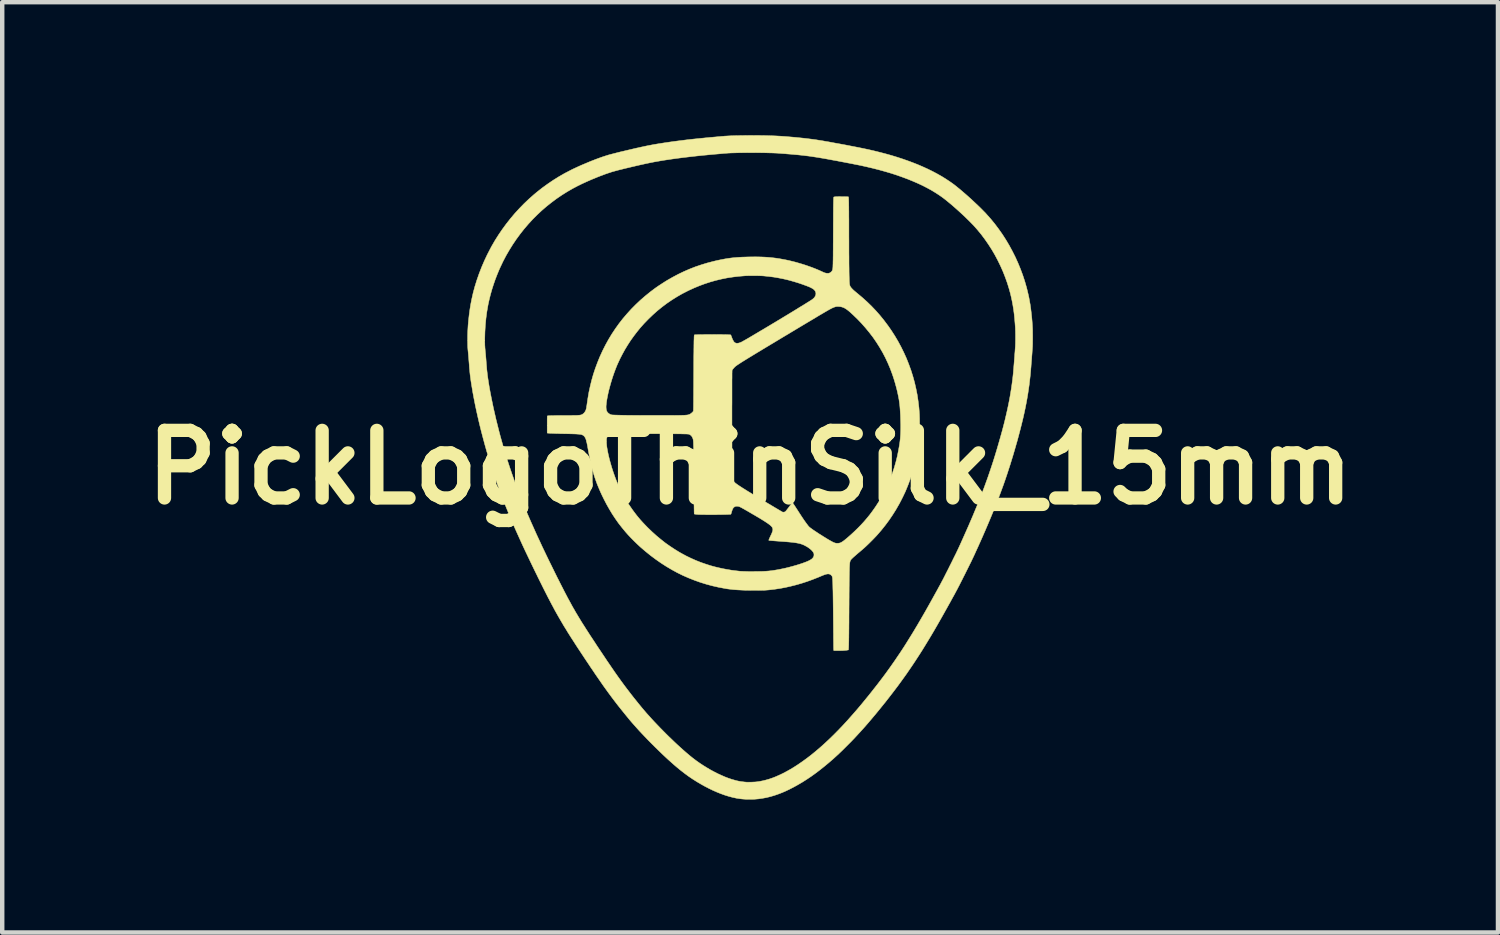
<source format=kicad_pcb>
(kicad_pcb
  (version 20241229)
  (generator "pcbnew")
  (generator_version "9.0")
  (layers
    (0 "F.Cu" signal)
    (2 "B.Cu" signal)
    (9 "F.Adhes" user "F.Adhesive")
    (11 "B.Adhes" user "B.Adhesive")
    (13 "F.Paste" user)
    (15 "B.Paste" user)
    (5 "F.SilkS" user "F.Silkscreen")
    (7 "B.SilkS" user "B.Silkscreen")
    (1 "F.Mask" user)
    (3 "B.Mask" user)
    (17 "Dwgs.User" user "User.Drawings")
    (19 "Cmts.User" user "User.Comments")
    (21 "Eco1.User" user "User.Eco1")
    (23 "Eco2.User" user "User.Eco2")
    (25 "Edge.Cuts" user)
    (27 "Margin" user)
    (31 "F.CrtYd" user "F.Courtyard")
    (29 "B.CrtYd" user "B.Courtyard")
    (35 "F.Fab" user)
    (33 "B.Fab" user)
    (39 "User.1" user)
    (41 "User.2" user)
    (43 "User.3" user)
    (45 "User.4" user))
  (footprint "PickLogoThinSilk_15mm"
    (layer "F.Cu")
    (at 13.868 7.492)
    (property "Reference" "PickLogoThinSilk_15mm" (at 0 0 0) (layer "F.SilkS") (effects (font (size 1.524 1.524) (thickness 0.3))))
    (attr through_hole)
    (fp_poly (pts (xy 0.123 -7.486) (xy 0.198 -7.486) (xy 0.272 -7.485) (xy 0.344 -7.484) (xy 0.414 -7.482) (xy 0.482 -7.48) (xy 0.546 -7.478) (xy 0.606 -7.475) (xy 0.662 -7.472) (xy 0.713 -7.469) (xy 0.822 -7.461) (xy 0.928 -7.452) (xy 1.031 -7.443) (xy 1.13 -7.433) (xy 1.226 -7.423) (xy 1.317 -7.412) (xy 1.403 -7.401) (xy 1.485 -7.39) (xy 1.521 -7.384) (xy 1.56 -7.378) (xy 1.604 -7.371) (xy 1.653 -7.363) (xy 1.705 -7.353) (xy 1.762 -7.344) (xy 1.822 -7.333) (xy 1.885 -7.321) (xy 1.951 -7.309) (xy 2.019 -7.297) (xy 2.088 -7.284) (xy 2.159 -7.271) (xy 2.23 -7.257) (xy 2.302 -7.243) (xy 2.374 -7.229) (xy 2.446 -7.215) (xy 2.51 -7.202) (xy 2.649 -7.173) (xy 2.786 -7.142) (xy 2.923 -7.108) (xy 3.057 -7.073) (xy 3.189 -7.036) (xy 3.317 -6.997) (xy 3.442 -6.956) (xy 3.562 -6.914) (xy 3.659 -6.878) (xy 3.779 -6.831) (xy 3.895 -6.781) (xy 4.007 -6.73) (xy 4.115 -6.677) (xy 4.219 -6.622) (xy 4.318 -6.566) (xy 4.412 -6.508) (xy 4.501 -6.449) (xy 4.564 -6.405) (xy 4.602 -6.377) (xy 4.643 -6.345) (xy 4.687 -6.309) (xy 4.734 -6.271) (xy 4.782 -6.23) (xy 4.832 -6.187) (xy 4.883 -6.143) (xy 4.934 -6.097) (xy 4.986 -6.051) (xy 5.036 -6.004) (xy 5.086 -5.957) (xy 5.135 -5.911) (xy 5.182 -5.866) (xy 5.226 -5.822) (xy 5.267 -5.78) (xy 5.306 -5.741) (xy 5.331 -5.713) (xy 5.427 -5.605) (xy 5.519 -5.493) (xy 5.606 -5.377) (xy 5.69 -5.258) (xy 5.769 -5.135) (xy 5.844 -5.009) (xy 5.914 -4.88) (xy 5.98 -4.749) (xy 6.041 -4.615) (xy 6.097 -4.479) (xy 6.149 -4.34) (xy 6.195 -4.2) (xy 6.236 -4.058) (xy 6.252 -3.994) (xy 6.271 -3.915) (xy 6.289 -3.835) (xy 6.304 -3.752) (xy 6.319 -3.668) (xy 6.331 -3.582) (xy 6.342 -3.492) (xy 6.352 -3.398) (xy 6.361 -3.3) (xy 6.368 -3.197) (xy 6.37 -3.158) (xy 6.371 -3.14) (xy 6.372 -3.117) (xy 6.373 -3.09) (xy 6.373 -3.06) (xy 6.373 -3.027) (xy 6.374 -2.992) (xy 6.374 -2.957) (xy 6.374 -2.92) (xy 6.374 -2.885) (xy 6.373 -2.85) (xy 6.373 -2.817) (xy 6.373 -2.787) (xy 6.372 -2.76) (xy 6.371 -2.736) (xy 6.371 -2.718) (xy 6.37 -2.714) (xy 6.369 -2.7) (xy 6.368 -2.681) (xy 6.366 -2.658) (xy 6.364 -2.631) (xy 6.362 -2.601) (xy 6.36 -2.568) (xy 6.357 -2.534) (xy 6.354 -2.497) (xy 6.352 -2.46) (xy 6.349 -2.423) (xy 6.346 -2.386) (xy 6.343 -2.349) (xy 6.34 -2.315) (xy 6.338 -2.282) (xy 6.336 -2.253) (xy 6.333 -2.226) (xy 6.332 -2.204) (xy 6.33 -2.186) (xy 6.321 -2.081) (xy 6.309 -1.976) (xy 6.297 -1.871) (xy 6.282 -1.766) (xy 6.266 -1.66) (xy 6.248 -1.553) (xy 6.228 -1.444) (xy 6.206 -1.333) (xy 6.182 -1.22) (xy 6.156 -1.105) (xy 6.127 -0.986) (xy 6.096 -0.863) (xy 6.063 -0.737) (xy 6.028 -0.606) (xy 6.001 -0.513) (xy 5.967 -0.394) (xy 5.933 -0.278) (xy 5.898 -0.164) (xy 5.863 -0.051) (xy 5.827 0.06) (xy 5.791 0.17) (xy 5.754 0.279) (xy 5.716 0.389) (xy 5.676 0.498) (xy 5.635 0.609) (xy 5.593 0.72) (xy 5.549 0.833) (xy 5.503 0.948) (xy 5.455 1.065) (xy 5.405 1.185) (xy 5.353 1.308) (xy 5.299 1.434) (xy 5.242 1.565) (xy 5.182 1.7) (xy 5.175 1.714) (xy 5.154 1.763) (xy 5.133 1.808) (xy 5.114 1.85) (xy 5.096 1.889) (xy 5.079 1.927) (xy 5.063 1.963) (xy 5.046 1.998) (xy 5.03 2.033) (xy 5.013 2.068) (xy 4.996 2.104) (xy 4.978 2.142) (xy 4.958 2.181) (xy 4.938 2.222) (xy 4.916 2.266) (xy 4.892 2.314) (xy 4.866 2.366) (xy 4.84 2.419) (xy 4.815 2.467) (xy 4.793 2.512) (xy 4.772 2.553) (xy 4.753 2.591) (xy 4.735 2.626) (xy 4.718 2.66) (xy 4.701 2.692) (xy 4.685 2.723) (xy 4.669 2.754) (xy 4.652 2.785) (xy 4.635 2.817) (xy 4.617 2.851) (xy 4.598 2.886) (xy 4.577 2.923) (xy 4.555 2.963) (xy 4.531 3.007) (xy 4.505 3.055) (xy 4.48 3.099) (xy 4.408 3.228) (xy 4.338 3.353) (xy 4.27 3.473) (xy 4.204 3.588) (xy 4.139 3.7) (xy 4.075 3.808) (xy 4.012 3.912) (xy 3.95 4.014) (xy 3.889 4.113) (xy 3.828 4.209) (xy 3.767 4.303) (xy 3.707 4.395) (xy 3.646 4.486) (xy 3.585 4.575) (xy 3.524 4.664) (xy 3.461 4.752) (xy 3.398 4.839) (xy 3.334 4.927) (xy 3.268 5.014) (xy 3.201 5.102) (xy 3.132 5.191) (xy 3.061 5.282) (xy 2.999 5.359) (xy 2.91 5.469) (xy 2.824 5.574) (xy 2.738 5.676) (xy 2.654 5.775) (xy 2.57 5.871) (xy 2.485 5.965) (xy 2.399 6.058) (xy 2.354 6.107) (xy 2.339 6.123) (xy 2.321 6.141) (xy 2.3 6.163) (xy 2.277 6.187) (xy 2.252 6.212) (xy 2.225 6.239) (xy 2.197 6.267) (xy 2.169 6.295) (xy 2.14 6.324) (xy 2.113 6.351) (xy 2.086 6.378) (xy 2.06 6.403) (xy 2.036 6.426) (xy 2.015 6.446) (xy 1.997 6.464) (xy 1.982 6.478) (xy 1.978 6.481) (xy 1.875 6.575) (xy 1.773 6.663) (xy 1.673 6.746) (xy 1.574 6.825) (xy 1.476 6.899) (xy 1.379 6.969) (xy 1.282 7.034) (xy 1.185 7.096) (xy 1.088 7.153) (xy 0.991 7.207) (xy 0.914 7.247) (xy 0.82 7.293) (xy 0.727 7.334) (xy 0.636 7.369) (xy 0.546 7.4) (xy 0.457 7.426) (xy 0.368 7.448) (xy 0.279 7.464) (xy 0.19 7.477) (xy 0.107 7.484) (xy 0.095 7.485) (xy 0.077 7.486) (xy 0.057 7.486) (xy 0.034 7.486) (xy 0.01 7.487) (xy -0.014 7.487) (xy -0.038 7.487) (xy -0.06 7.487) (xy -0.079 7.486) (xy -0.095 7.486) (xy -0.104 7.485) (xy -0.16 7.481) (xy -0.213 7.476) (xy -0.261 7.469) (xy -0.305 7.462) (xy -0.315 7.46) (xy -0.397 7.442) (xy -0.483 7.419) (xy -0.57 7.392) (xy -0.659 7.36) (xy -0.749 7.324) (xy -0.84 7.284) (xy -0.931 7.24) (xy -1.023 7.192) (xy -1.114 7.141) (xy -1.205 7.087) (xy -1.295 7.03) (xy -1.384 6.97) (xy -1.47 6.907) (xy -1.555 6.841) (xy -1.592 6.812) (xy -1.652 6.762) (xy -1.714 6.709) (xy -1.776 6.654) (xy -1.841 6.596) (xy -1.907 6.535) (xy -1.975 6.471) (xy -2.046 6.402) (xy -2.12 6.33) (xy -2.163 6.288) (xy -2.236 6.215) (xy -2.305 6.145) (xy -2.37 6.077) (xy -2.433 6.011) (xy -2.493 5.947) (xy -2.55 5.884) (xy -2.606 5.821) (xy -2.661 5.759) (xy -2.715 5.696) (xy -2.768 5.631) (xy -2.782 5.614) (xy -2.83 5.555) (xy -2.876 5.498) (xy -2.921 5.442) (xy -2.965 5.387) (xy -3.008 5.332) (xy -3.05 5.277) (xy -3.092 5.222) (xy -3.133 5.167) (xy -3.175 5.11) (xy -3.217 5.053) (xy -3.26 4.993) (xy -3.304 4.932) (xy -3.348 4.869) (xy -3.394 4.802) (xy -3.442 4.733) (xy -3.492 4.661) (xy -3.543 4.584) (xy -3.598 4.504) (xy -3.654 4.419) (xy -3.67 4.396) (xy -3.73 4.306) (xy -3.787 4.22) (xy -3.841 4.138) (xy -3.893 4.06) (xy -3.942 3.984) (xy -3.988 3.912) (xy -4.033 3.843) (xy -4.076 3.775) (xy -4.117 3.71) (xy -4.156 3.645) (xy -4.195 3.583) (xy -4.232 3.52) (xy -4.268 3.459) (xy -4.304 3.397) (xy -4.339 3.336) (xy -4.374 3.274) (xy -4.409 3.211) (xy -4.443 3.146) (xy -4.479 3.08) (xy -4.514 3.013) (xy -4.551 2.943) (xy -4.588 2.87) (xy -4.626 2.795) (xy -4.666 2.716) (xy -4.707 2.633) (xy -4.75 2.547) (xy -4.795 2.456) (xy -4.796 2.453) (xy -4.869 2.304) (xy -4.939 2.159) (xy -5.006 2.019) (xy -5.071 1.883) (xy -5.133 1.75) (xy -5.192 1.62) (xy -5.249 1.494) (xy -5.304 1.371) (xy -5.356 1.25) (xy -5.407 1.131) (xy -5.455 1.014) (xy -5.502 0.899) (xy -5.547 0.785) (xy -5.591 0.672) (xy -5.633 0.561) (xy -5.674 0.449) (xy -5.714 0.338) (xy -5.752 0.227) (xy -5.79 0.116) (xy -5.827 0.004) (xy -5.859 -0.096) (xy -5.902 -0.236) (xy -5.945 -0.38) (xy -5.986 -0.526) (xy -6.026 -0.675) (xy -6.065 -0.824) (xy -6.102 -0.973) (xy -6.137 -1.122) (xy -6.17 -1.27) (xy -6.201 -1.416) (xy -6.229 -1.559) (xy -6.255 -1.698) (xy -6.269 -1.783) (xy -6.279 -1.843) (xy -6.288 -1.898) (xy -6.296 -1.95) (xy -6.303 -1.999) (xy -6.309 -2.046) (xy -6.315 -2.092) (xy -6.32 -2.138) (xy -6.324 -2.185) (xy -6.329 -2.233) (xy -6.333 -2.285) (xy -6.334 -2.309) (xy -6.341 -2.391) (xy -6.347 -2.467) (xy -6.353 -2.539) (xy -6.358 -2.594) (xy -6.361 -2.625) (xy -6.364 -2.654) (xy -6.366 -2.681) (xy -6.368 -2.707) (xy -6.369 -2.733) (xy -6.37 -2.761) (xy -6.37 -2.79) (xy -6.371 -2.823) (xy -6.371 -2.86) (xy -6.371 -2.891) (xy -6.371 -2.894) (xy -5.984 -2.894) (xy -5.984 -2.857) (xy -5.984 -2.824) (xy -5.983 -2.795) (xy -5.983 -2.769) (xy -5.982 -2.744) (xy -5.98 -2.719) (xy -5.979 -2.694) (xy -5.976 -2.667) (xy -5.974 -2.638) (xy -5.972 -2.618) (xy -5.966 -2.559) (xy -5.961 -2.496) (xy -5.955 -2.429) (xy -5.95 -2.356) (xy -5.948 -2.331) (xy -5.943 -2.273) (xy -5.939 -2.218) (xy -5.933 -2.166) (xy -5.927 -2.114) (xy -5.921 -2.062) (xy -5.913 -2.007) (xy -5.904 -1.949) (xy -5.901 -1.928) (xy -5.883 -1.817) (xy -5.862 -1.701) (xy -5.839 -1.582) (xy -5.814 -1.46) (xy -5.788 -1.335) (xy -5.759 -1.209) (xy -5.73 -1.082) (xy -5.698 -0.955) (xy -5.666 -0.827) (xy -5.633 -0.701) (xy -5.598 -0.577) (xy -5.563 -0.455) (xy -5.558 -0.436) (xy -5.523 -0.32) (xy -5.487 -0.204) (xy -5.45 -0.088) (xy -5.412 0.027) (xy -5.372 0.143) (xy -5.331 0.259) (xy -5.289 0.376) (xy -5.245 0.494) (xy -5.199 0.614) (xy -5.151 0.734) (xy -5.101 0.857) (xy -5.05 0.981) (xy -4.996 1.107) (xy -4.94 1.236) (xy -4.881 1.367) (xy -4.821 1.502) (xy -4.757 1.639) (xy -4.692 1.78) (xy -4.623 1.924) (xy -4.552 2.072) (xy -4.477 2.224) (xy -4.4 2.381) (xy -4.349 2.484) (xy -4.311 2.558) (xy -4.275 2.63) (xy -4.24 2.698) (xy -4.207 2.763) (xy -4.175 2.825) (xy -4.143 2.886) (xy -4.113 2.944) (xy -4.082 3) (xy -4.052 3.055) (xy -4.023 3.109) (xy -3.993 3.163) (xy -3.962 3.216) (xy -3.932 3.269) (xy -3.9 3.322) (xy -3.868 3.376) (xy -3.835 3.43) (xy -3.801 3.486) (xy -3.765 3.543) (xy -3.727 3.602) (xy -3.688 3.664) (xy -3.647 3.727) (xy -3.604 3.794) (xy -3.558 3.863) (xy -3.51 3.936) (xy -3.46 4.013) (xy -3.406 4.094) (xy -3.361 4.161) (xy -3.314 4.231) (xy -3.27 4.297) (xy -3.229 4.359) (xy -3.189 4.417) (xy -3.152 4.471) (xy -3.117 4.523) (xy -3.083 4.572) (xy -3.051 4.619) (xy -3.02 4.663) (xy -2.989 4.707) (xy -2.96 4.748) (xy -2.93 4.789) (xy -2.901 4.83) (xy -2.871 4.87) (xy -2.842 4.91) (xy -2.814 4.947) (xy -2.775 4.999) (xy -2.734 5.052) (xy -2.692 5.107) (xy -2.649 5.162) (xy -2.606 5.217) (xy -2.562 5.271) (xy -2.519 5.325) (xy -2.477 5.376) (xy -2.437 5.425) (xy -2.398 5.471) (xy -2.362 5.513) (xy -2.34 5.539) (xy -2.282 5.603) (xy -2.223 5.669) (xy -2.161 5.736) (xy -2.097 5.803) (xy -2.033 5.87) (xy -1.967 5.937) (xy -1.901 6.004) (xy -1.835 6.069) (xy -1.768 6.133) (xy -1.703 6.196) (xy -1.638 6.257) (xy -1.574 6.315) (xy -1.513 6.37) (xy -1.453 6.423) (xy -1.395 6.472) (xy -1.34 6.518) (xy -1.289 6.559) (xy -1.287 6.56) (xy -1.212 6.617) (xy -1.134 6.672) (xy -1.055 6.724) (xy -0.974 6.774) (xy -0.893 6.822) (xy -0.811 6.866) (xy -0.729 6.908) (xy -0.648 6.945) (xy -0.568 6.98) (xy -0.49 7.01) (xy -0.413 7.036) (xy -0.339 7.057) (xy -0.319 7.063) (xy -0.28 7.072) (xy -0.242 7.08) (xy -0.204 7.086) (xy -0.165 7.091) (xy -0.123 7.096) (xy -0.086 7.099) (xy -0.075 7.1) (xy -0.059 7.1) (xy -0.039 7.1) (xy -0.016 7.1) (xy 0.008 7.099) (xy 0.033 7.099) (xy 0.057 7.098) (xy 0.08 7.097) (xy 0.101 7.096) (xy 0.119 7.095) (xy 0.132 7.094) (xy 0.134 7.094) (xy 0.208 7.084) (xy 0.281 7.07) (xy 0.355 7.052) (xy 0.429 7.031) (xy 0.505 7.005) (xy 0.582 6.975) (xy 0.66 6.94) (xy 0.741 6.902) (xy 0.824 6.858) (xy 0.892 6.82) (xy 0.988 6.763) (xy 1.084 6.701) (xy 1.181 6.634) (xy 1.279 6.563) (xy 1.377 6.488) (xy 1.476 6.407) (xy 1.576 6.322) (xy 1.678 6.231) (xy 1.78 6.136) (xy 1.883 6.036) (xy 1.987 5.931) (xy 2.092 5.821) (xy 2.199 5.705) (xy 2.306 5.584) (xy 2.416 5.458) (xy 2.526 5.327) (xy 2.638 5.19) (xy 2.67 5.151) (xy 2.737 5.067) (xy 2.802 4.984) (xy 2.866 4.903) (xy 2.927 4.823) (xy 2.988 4.743) (xy 3.047 4.664) (xy 3.105 4.584) (xy 3.162 4.505) (xy 3.218 4.425) (xy 3.274 4.345) (xy 3.329 4.263) (xy 3.385 4.181) (xy 3.44 4.097) (xy 3.495 4.012) (xy 3.55 3.924) (xy 3.606 3.834) (xy 3.663 3.742) (xy 3.72 3.647) (xy 3.778 3.55) (xy 3.837 3.449) (xy 3.898 3.344) (xy 3.96 3.236) (xy 4.023 3.124) (xy 4.088 3.008) (xy 4.155 2.887) (xy 4.225 2.761) (xy 4.262 2.692) (xy 4.277 2.666) (xy 4.291 2.64) (xy 4.304 2.615) (xy 4.317 2.591) (xy 4.33 2.566) (xy 4.343 2.542) (xy 4.357 2.516) (xy 4.371 2.488) (xy 4.386 2.459) (xy 4.402 2.427) (xy 4.419 2.393) (xy 4.438 2.356) (xy 4.459 2.315) (xy 4.482 2.269) (xy 4.506 2.22) (xy 4.513 2.207) (xy 4.538 2.157) (xy 4.561 2.111) (xy 4.581 2.069) (xy 4.6 2.031) (xy 4.617 1.997) (xy 4.633 1.965) (xy 4.648 1.935) (xy 4.661 1.907) (xy 4.674 1.88) (xy 4.686 1.855) (xy 4.698 1.83) (xy 4.71 1.804) (xy 4.721 1.779) (xy 4.734 1.752) (xy 4.746 1.724) (xy 4.753 1.71) (xy 4.812 1.578) (xy 4.869 1.45) (xy 4.924 1.326) (xy 4.976 1.205) (xy 5.026 1.089) (xy 5.073 0.975) (xy 5.119 0.865) (xy 5.163 0.756) (xy 5.205 0.65) (xy 5.245 0.546) (xy 5.284 0.443) (xy 5.321 0.341) (xy 5.358 0.239) (xy 5.393 0.138) (xy 5.427 0.037) (xy 5.461 -0.065) (xy 5.494 -0.167) (xy 5.526 -0.27) (xy 5.558 -0.375) (xy 5.579 -0.446) (xy 5.617 -0.577) (xy 5.653 -0.703) (xy 5.687 -0.825) (xy 5.718 -0.943) (xy 5.747 -1.057) (xy 5.773 -1.168) (xy 5.798 -1.277) (xy 5.821 -1.383) (xy 5.842 -1.486) (xy 5.861 -1.588) (xy 5.878 -1.689) (xy 5.894 -1.788) (xy 5.908 -1.887) (xy 5.921 -1.986) (xy 5.932 -2.084) (xy 5.938 -2.143) (xy 5.939 -2.155) (xy 5.94 -2.172) (xy 5.942 -2.194) (xy 5.944 -2.219) (xy 5.947 -2.248) (xy 5.949 -2.28) (xy 5.952 -2.314) (xy 5.955 -2.35) (xy 5.958 -2.388) (xy 5.961 -2.426) (xy 5.964 -2.464) (xy 5.967 -2.503) (xy 5.969 -2.54) (xy 5.972 -2.576) (xy 5.975 -2.611) (xy 5.977 -2.642) (xy 5.979 -2.671) (xy 5.981 -2.697) (xy 5.982 -2.718) (xy 5.984 -2.733) (xy 5.984 -2.751) (xy 5.985 -2.774) (xy 5.986 -2.8) (xy 5.986 -2.83) (xy 5.987 -2.862) (xy 5.987 -2.897) (xy 5.987 -2.932) (xy 5.987 -2.967) (xy 5.987 -3.002) (xy 5.986 -3.035) (xy 5.986 -3.066) (xy 5.985 -3.094) (xy 5.984 -3.118) (xy 5.984 -3.137) (xy 5.976 -3.248) (xy 5.967 -3.354) (xy 5.957 -3.456) (xy 5.944 -3.554) (xy 5.929 -3.649) (xy 5.912 -3.741) (xy 5.893 -3.831) (xy 5.872 -3.92) (xy 5.848 -4.007) (xy 5.846 -4.015) (xy 5.805 -4.149) (xy 5.758 -4.282) (xy 5.707 -4.412) (xy 5.65 -4.541) (xy 5.589 -4.666) (xy 5.524 -4.789) (xy 5.454 -4.909) (xy 5.379 -5.026) (xy 5.3 -5.14) (xy 5.218 -5.25) (xy 5.131 -5.356) (xy 5.065 -5.431) (xy 5.031 -5.468) (xy 4.993 -5.507) (xy 4.952 -5.549) (xy 4.908 -5.592) (xy 4.862 -5.637) (xy 4.814 -5.683) (xy 4.764 -5.729) (xy 4.714 -5.775) (xy 4.663 -5.821) (xy 4.612 -5.866) (xy 4.563 -5.909) (xy 4.514 -5.95) (xy 4.467 -5.989) (xy 4.422 -6.026) (xy 4.381 -6.058) (xy 4.347 -6.084) (xy 4.266 -6.141) (xy 4.18 -6.197) (xy 4.089 -6.252) (xy 3.992 -6.305) (xy 3.891 -6.357) (xy 3.784 -6.407) (xy 3.673 -6.455) (xy 3.558 -6.502) (xy 3.437 -6.547) (xy 3.313 -6.591) (xy 3.184 -6.633) (xy 3.051 -6.672) (xy 2.915 -6.71) (xy 2.774 -6.746) (xy 2.63 -6.78) (xy 2.482 -6.813) (xy 2.426 -6.824) (xy 2.399 -6.829) (xy 2.369 -6.835) (xy 2.335 -6.842) (xy 2.301 -6.849) (xy 2.267 -6.855) (xy 2.234 -6.862) (xy 2.21 -6.866) (xy 2.124 -6.883) (xy 2.043 -6.898) (xy 1.968 -6.913) (xy 1.896 -6.926) (xy 1.829 -6.938) (xy 1.766 -6.95) (xy 1.706 -6.961) (xy 1.649 -6.971) (xy 1.594 -6.98) (xy 1.542 -6.989) (xy 1.492 -6.997) (xy 1.444 -7.004) (xy 1.397 -7.011) (xy 1.351 -7.018) (xy 1.306 -7.024) (xy 1.26 -7.029) (xy 1.215 -7.035) (xy 1.169 -7.04) (xy 1.122 -7.045) (xy 1.075 -7.05) (xy 1.025 -7.054) (xy 0.974 -7.059) (xy 0.92 -7.064) (xy 0.864 -7.068) (xy 0.805 -7.073) (xy 0.799 -7.074) (xy 0.771 -7.076) (xy 0.742 -7.078) (xy 0.715 -7.08) (xy 0.689 -7.082) (xy 0.666 -7.084) (xy 0.646 -7.085) (xy 0.63 -7.086) (xy 0.627 -7.087) (xy 0.581 -7.089) (xy 0.532 -7.091) (xy 0.478 -7.093) (xy 0.42 -7.094) (xy 0.36 -7.096) (xy 0.297 -7.097) (xy 0.233 -7.098) (xy 0.167 -7.098) (xy 0.1 -7.099) (xy 0.033 -7.099) (xy -0.034 -7.099) (xy -0.1 -7.098) (xy -0.165 -7.098) (xy -0.228 -7.097) (xy -0.288 -7.096) (xy -0.345 -7.094) (xy -0.399 -7.093) (xy -0.449 -7.091) (xy -0.494 -7.089) (xy -0.529 -7.086) (xy -0.54 -7.086) (xy -0.556 -7.084) (xy -0.576 -7.083) (xy -0.601 -7.081) (xy -0.629 -7.078) (xy -0.66 -7.075) (xy -0.693 -7.072) (xy -0.729 -7.069) (xy -0.765 -7.066) (xy -0.803 -7.063) (xy -0.842 -7.059) (xy -0.88 -7.056) (xy -0.917 -7.052) (xy -0.953 -7.049) (xy -0.988 -7.045) (xy -1.016 -7.043) (xy -1.113 -7.033) (xy -1.21 -7.023) (xy -1.306 -7.012) (xy -1.402 -7.001) (xy -1.496 -6.99) (xy -1.589 -6.978) (xy -1.679 -6.966) (xy -1.767 -6.954) (xy -1.852 -6.941) (xy -1.934 -6.929) (xy -2.013 -6.916) (xy -2.087 -6.903) (xy -2.156 -6.891) (xy -2.221 -6.878) (xy -2.266 -6.869) (xy -2.324 -6.857) (xy -2.384 -6.844) (xy -2.446 -6.83) (xy -2.51 -6.816) (xy -2.574 -6.801) (xy -2.638 -6.786) (xy -2.702 -6.771) (xy -2.764 -6.756) (xy -2.825 -6.742) (xy -2.883 -6.727) (xy -2.937 -6.714) (xy -2.988 -6.701) (xy -3.035 -6.688) (xy -3.065 -6.68) (xy -3.109 -6.668) (xy -3.157 -6.652) (xy -3.209 -6.635) (xy -3.264 -6.616) (xy -3.322 -6.594) (xy -3.381 -6.572) (xy -3.443 -6.548) (xy -3.505 -6.522) (xy -3.567 -6.497) (xy -3.629 -6.47) (xy -3.69 -6.443) (xy -3.749 -6.416) (xy -3.807 -6.389) (xy -3.861 -6.362) (xy -3.873 -6.357) (xy -4 -6.29) (xy -4.125 -6.218) (xy -4.246 -6.142) (xy -4.365 -6.061) (xy -4.48 -5.975) (xy -4.592 -5.886) (xy -4.701 -5.792) (xy -4.805 -5.694) (xy -4.907 -5.592) (xy -5.004 -5.486) (xy -5.098 -5.376) (xy -5.187 -5.263) (xy -5.273 -5.146) (xy -5.354 -5.026) (xy -5.431 -4.902) (xy -5.504 -4.776) (xy -5.572 -4.646) (xy -5.635 -4.513) (xy -5.66 -4.458) (xy -5.705 -4.349) (xy -5.748 -4.238) (xy -5.787 -4.125) (xy -5.823 -4.012) (xy -5.855 -3.899) (xy -5.883 -3.787) (xy -5.907 -3.678) (xy -5.911 -3.658) (xy -5.937 -3.508) (xy -5.957 -3.358) (xy -5.971 -3.208) (xy -5.98 -3.058) (xy -5.984 -2.908) (xy -5.984 -2.894) (xy -6.371 -2.894) (xy -6.371 -2.934) (xy -6.371 -2.972) (xy -6.37 -3.007) (xy -6.369 -3.04) (xy -6.368 -3.072) (xy -6.366 -3.104) (xy -6.364 -3.138) (xy -6.362 -3.174) (xy -6.36 -3.206) (xy -6.349 -3.328) (xy -6.335 -3.449) (xy -6.319 -3.567) (xy -6.3 -3.682) (xy -6.278 -3.794) (xy -6.254 -3.901) (xy -6.247 -3.933) (xy -6.207 -4.081) (xy -6.161 -4.228) (xy -6.11 -4.374) (xy -6.054 -4.518) (xy -5.993 -4.66) (xy -5.927 -4.8) (xy -5.856 -4.937) (xy -5.829 -4.988) (xy -5.753 -5.119) (xy -5.672 -5.247) (xy -5.586 -5.373) (xy -5.496 -5.496) (xy -5.402 -5.615) (xy -5.304 -5.731) (xy -5.201 -5.843) (xy -5.096 -5.951) (xy -4.986 -6.055) (xy -4.874 -6.154) (xy -4.813 -6.205) (xy -4.693 -6.3) (xy -4.569 -6.39) (xy -4.444 -6.475) (xy -4.316 -6.555) (xy -4.186 -6.63) (xy -4.053 -6.699) (xy -4.05 -6.701) (xy -3.992 -6.73) (xy -3.931 -6.758) (xy -3.867 -6.788) (xy -3.802 -6.817) (xy -3.735 -6.845) (xy -3.669 -6.873) (xy -3.602 -6.901) (xy -3.535 -6.927) (xy -3.471 -6.952) (xy -3.408 -6.975) (xy -3.347 -6.997) (xy -3.29 -7.016) (xy -3.237 -7.033) (xy -3.195 -7.046) (xy -3.166 -7.054) (xy -3.132 -7.063) (xy -3.093 -7.073) (xy -3.05 -7.084) (xy -3.004 -7.096) (xy -2.956 -7.108) (xy -2.904 -7.121) (xy -2.851 -7.133) (xy -2.797 -7.146) (xy -2.742 -7.159) (xy -2.687 -7.172) (xy -2.631 -7.185) (xy -2.577 -7.198) (xy -2.524 -7.209) (xy -2.473 -7.221) (xy -2.424 -7.231) (xy -2.379 -7.241) (xy -2.336 -7.25) (xy -2.327 -7.252) (xy -2.254 -7.266) (xy -2.176 -7.281) (xy -2.093 -7.295) (xy -2.006 -7.309) (xy -1.915 -7.323) (xy -1.82 -7.337) (xy -1.722 -7.351) (xy -1.621 -7.364) (xy -1.518 -7.377) (xy -1.413 -7.39) (xy -1.307 -7.402) (xy -1.2 -7.413) (xy -1.112 -7.422) (xy -1.082 -7.425) (xy -1.049 -7.428) (xy -1.014 -7.432) (xy -0.977 -7.435) (xy -0.938 -7.439) (xy -0.899 -7.443) (xy -0.859 -7.446) (xy -0.819 -7.45) (xy -0.78 -7.453) (xy -0.743 -7.457) (xy -0.707 -7.46) (xy -0.673 -7.463) (xy -0.642 -7.466) (xy -0.614 -7.468) (xy -0.59 -7.47) (xy -0.571 -7.472) (xy -0.556 -7.473) (xy -0.549 -7.473) (xy -0.497 -7.476) (xy -0.44 -7.479) (xy -0.378 -7.481) (xy -0.313 -7.483) (xy -0.245 -7.484) (xy -0.174 -7.485) (xy -0.101 -7.486) (xy -0.027 -7.487) (xy 0.048 -7.487) (xy 0.123 -7.486)) (stroke (width 0.01) (type solid)) (fill yes) (layer "F.SilkS"))
    (fp_poly (pts (xy 2.067 -6.106) (xy 2.088 -6.106) (xy 2.113 -6.106) (xy 2.137 -6.105) (xy 2.158 -6.105) (xy 2.177 -6.104) (xy 2.192 -6.104) (xy 2.203 -6.103) (xy 2.209 -6.103) (xy 2.21 -6.103) (xy 2.22 -6.101) (xy 2.222 -6.075) (xy 2.223 -6.062) (xy 2.224 -6.044) (xy 2.224 -6.02) (xy 2.225 -5.991) (xy 2.226 -5.957) (xy 2.226 -5.918) (xy 2.227 -5.875) (xy 2.227 -5.826) (xy 2.228 -5.774) (xy 2.228 -5.717) (xy 2.228 -5.656) (xy 2.229 -5.591) (xy 2.229 -5.522) (xy 2.229 -5.45) (xy 2.229 -5.374) (xy 2.229 -5.295) (xy 2.229 -5.212) (xy 2.229 -5.207) (xy 2.23 -5.104) (xy 2.23 -5.008) (xy 2.23 -4.916) (xy 2.23 -4.83) (xy 2.231 -4.749) (xy 2.231 -4.674) (xy 2.231 -4.604) (xy 2.232 -4.538) (xy 2.233 -4.478) (xy 2.233 -4.423) (xy 2.234 -4.373) (xy 2.235 -4.327) (xy 2.236 -4.286) (xy 2.237 -4.25) (xy 2.238 -4.218) (xy 2.239 -4.191) (xy 2.241 -4.168) (xy 2.242 -4.149) (xy 2.244 -4.135) (xy 2.245 -4.127) (xy 2.248 -4.112) (xy 2.253 -4.097) (xy 2.26 -4.082) (xy 2.269 -4.067) (xy 2.281 -4.052) (xy 2.296 -4.035) (xy 2.314 -4.016) (xy 2.335 -3.996) (xy 2.36 -3.974) (xy 2.389 -3.95) (xy 2.422 -3.922) (xy 2.43 -3.916) (xy 2.538 -3.825) (xy 2.641 -3.732) (xy 2.74 -3.636) (xy 2.835 -3.536) (xy 2.926 -3.433) (xy 3.014 -3.325) (xy 3.099 -3.212) (xy 3.102 -3.209) (xy 3.185 -3.09) (xy 3.263 -2.969) (xy 3.337 -2.844) (xy 3.405 -2.718) (xy 3.469 -2.588) (xy 3.528 -2.457) (xy 3.581 -2.323) (xy 3.63 -2.188) (xy 3.673 -2.051) (xy 3.711 -1.913) (xy 3.743 -1.773) (xy 3.771 -1.632) (xy 3.792 -1.49) (xy 3.809 -1.347) (xy 3.814 -1.283) (xy 3.82 -1.195) (xy 3.823 -1.104) (xy 3.824 -1.011) (xy 3.824 -0.918) (xy 3.821 -0.825) (xy 3.816 -0.736) (xy 3.814 -0.704) (xy 3.801 -0.56) (xy 3.782 -0.419) (xy 3.759 -0.28) (xy 3.731 -0.143) (xy 3.698 -0.008) (xy 3.659 0.126) (xy 3.615 0.259) (xy 3.566 0.391) (xy 3.512 0.523) (xy 3.504 0.542) (xy 3.494 0.564) (xy 3.481 0.591) (xy 3.467 0.621) (xy 3.452 0.652) (xy 3.436 0.685) (xy 3.419 0.718) (xy 3.403 0.75) (xy 3.387 0.78) (xy 3.373 0.808) (xy 3.36 0.831) (xy 3.357 0.836) (xy 3.287 0.958) (xy 3.213 1.075) (xy 3.135 1.19) (xy 3.052 1.302) (xy 2.965 1.411) (xy 2.879 1.511) (xy 2.862 1.53) (xy 2.842 1.552) (xy 2.819 1.576) (xy 2.794 1.602) (xy 2.767 1.63) (xy 2.739 1.658) (xy 2.711 1.686) (xy 2.684 1.713) (xy 2.657 1.739) (xy 2.632 1.763) (xy 2.61 1.784) (xy 2.59 1.802) (xy 2.584 1.808) (xy 2.568 1.822) (xy 2.549 1.838) (xy 2.528 1.857) (xy 2.506 1.875) (xy 2.484 1.894) (xy 2.464 1.911) (xy 2.464 1.911) (xy 2.434 1.936) (xy 2.406 1.96) (xy 2.38 1.983) (xy 2.356 2.004) (xy 2.334 2.023) (xy 2.316 2.04) (xy 2.301 2.054) (xy 2.294 2.061) (xy 2.279 2.077) (xy 2.268 2.092) (xy 2.261 2.107) (xy 2.255 2.125) (xy 2.25 2.147) (xy 2.25 2.153) (xy 2.248 2.163) (xy 2.247 2.174) (xy 2.246 2.187) (xy 2.245 2.202) (xy 2.244 2.219) (xy 2.243 2.238) (xy 2.242 2.26) (xy 2.241 2.285) (xy 2.241 2.312) (xy 2.24 2.343) (xy 2.239 2.376) (xy 2.239 2.413) (xy 2.238 2.454) (xy 2.237 2.498) (xy 2.237 2.547) (xy 2.236 2.599) (xy 2.236 2.655) (xy 2.235 2.716) (xy 2.235 2.782) (xy 2.234 2.852) (xy 2.234 2.928) (xy 2.233 3.008) (xy 2.233 3.094) (xy 2.232 3.185) (xy 2.232 3.272) (xy 2.231 3.354) (xy 2.231 3.431) (xy 2.231 3.502) (xy 2.23 3.569) (xy 2.23 3.631) (xy 2.229 3.688) (xy 2.229 3.741) (xy 2.228 3.789) (xy 2.228 3.833) (xy 2.227 3.874) (xy 2.227 3.91) (xy 2.226 3.943) (xy 2.225 3.973) (xy 2.225 3.999) (xy 2.224 4.023) (xy 2.223 4.043) (xy 2.223 4.06) (xy 2.222 4.075) (xy 2.221 4.088) (xy 2.22 4.098) (xy 2.219 4.105) (xy 2.218 4.117) (xy 2.2 4.12) (xy 2.179 4.124) (xy 2.157 4.126) (xy 2.134 4.129) (xy 2.11 4.13) (xy 2.082 4.132) (xy 2.051 4.133) (xy 2.015 4.133) (xy 2.009 4.133) (xy 1.986 4.133) (xy 1.964 4.133) (xy 1.944 4.133) (xy 1.926 4.133) (xy 1.912 4.133) (xy 1.903 4.133) (xy 1.899 4.132) (xy 1.887 4.13) (xy 1.885 4.102) (xy 1.885 4.096) (xy 1.884 4.085) (xy 1.884 4.068) (xy 1.884 4.047) (xy 1.883 4.022) (xy 1.883 3.993) (xy 1.883 3.96) (xy 1.882 3.924) (xy 1.882 3.885) (xy 1.881 3.843) (xy 1.881 3.799) (xy 1.881 3.753) (xy 1.88 3.706) (xy 1.88 3.657) (xy 1.88 3.653) (xy 1.879 3.543) (xy 1.878 3.438) (xy 1.877 3.338) (xy 1.876 3.243) (xy 1.875 3.154) (xy 1.874 3.07) (xy 1.873 2.992) (xy 1.872 2.919) (xy 1.871 2.852) (xy 1.87 2.79) (xy 1.868 2.734) (xy 1.867 2.683) (xy 1.866 2.638) (xy 1.865 2.598) (xy 1.863 2.564) (xy 1.862 2.547) (xy 1.861 2.521) (xy 1.859 2.501) (xy 1.857 2.484) (xy 1.854 2.47) (xy 1.851 2.459) (xy 1.846 2.45) (xy 1.839 2.441) (xy 1.832 2.433) (xy 1.831 2.432) (xy 1.815 2.419) (xy 1.797 2.409) (xy 1.777 2.404) (xy 1.755 2.403) (xy 1.73 2.406) (xy 1.702 2.413) (xy 1.688 2.418) (xy 1.68 2.42) (xy 1.672 2.423) (xy 1.665 2.426) (xy 1.657 2.429) (xy 1.647 2.433) (xy 1.636 2.437) (xy 1.622 2.443) (xy 1.606 2.45) (xy 1.586 2.458) (xy 1.563 2.468) (xy 1.534 2.48) (xy 1.529 2.482) (xy 1.41 2.529) (xy 1.289 2.573) (xy 1.166 2.613) (xy 1.042 2.649) (xy 0.919 2.68) (xy 0.795 2.708) (xy 0.672 2.731) (xy 0.551 2.749) (xy 0.431 2.763) (xy 0.356 2.769) (xy 0.341 2.77) (xy 0.321 2.771) (xy 0.297 2.771) (xy 0.269 2.772) (xy 0.238 2.772) (xy 0.204 2.772) (xy 0.169 2.773) (xy 0.132 2.773) (xy 0.094 2.773) (xy 0.056 2.773) (xy 0.019 2.773) (xy -0.017 2.772) (xy -0.052 2.772) (xy -0.084 2.771) (xy -0.113 2.771) (xy -0.138 2.77) (xy -0.159 2.769) (xy -0.167 2.769) (xy -0.219 2.766) (xy -0.267 2.764) (xy -0.311 2.761) (xy -0.351 2.758) (xy -0.388 2.755) (xy -0.423 2.751) (xy -0.456 2.747) (xy -0.488 2.743) (xy -0.52 2.739) (xy -0.553 2.733) (xy -0.57 2.73) (xy -0.713 2.703) (xy -0.853 2.671) (xy -0.99 2.634) (xy -1.125 2.592) (xy -1.257 2.545) (xy -1.388 2.493) (xy -1.516 2.437) (xy -1.642 2.375) (xy -1.766 2.307) (xy -1.888 2.235) (xy -2.009 2.157) (xy -2.128 2.074) (xy -2.246 1.986) (xy -2.362 1.892) (xy -2.403 1.857) (xy -2.476 1.794) (xy -2.548 1.727) (xy -2.618 1.659) (xy -2.686 1.59) (xy -2.751 1.521) (xy -2.811 1.453) (xy -2.812 1.452) (xy -2.891 1.356) (xy -2.967 1.259) (xy -3.038 1.158) (xy -3.107 1.054) (xy -3.172 0.946) (xy -3.235 0.835) (xy -3.296 0.718) (xy -3.299 0.711) (xy -3.336 0.636) (xy -3.37 0.563) (xy -3.401 0.492) (xy -3.43 0.423) (xy -3.458 0.353) (xy -3.483 0.284) (xy -3.507 0.214) (xy -3.529 0.143) (xy -3.55 0.07) (xy -3.57 -0.005) (xy -3.589 -0.083) (xy -3.607 -0.165) (xy -3.624 -0.251) (xy -3.642 -0.342) (xy -3.651 -0.392) (xy -3.659 -0.437) (xy -3.666 -0.478) (xy -3.673 -0.513) (xy -3.679 -0.543) (xy -3.685 -0.569) (xy -3.69 -0.591) (xy -3.695 -0.609) (xy -3.696 -0.614) (xy -3.696 -0.614) (xy -3.239 -0.614) (xy -3.239 -0.592) (xy -3.239 -0.576) (xy -3.238 -0.548) (xy -3.236 -0.522) (xy -3.234 -0.497) (xy -3.231 -0.47) (xy -3.227 -0.441) (xy -3.221 -0.408) (xy -3.22 -0.401) (xy -3.208 -0.338) (xy -3.194 -0.272) (xy -3.177 -0.202) (xy -3.158 -0.13) (xy -3.137 -0.056) (xy -3.115 0.018) (xy -3.091 0.092) (xy -3.066 0.164) (xy -3.04 0.235) (xy -3.016 0.298) (xy -2.968 0.411) (xy -2.916 0.521) (xy -2.86 0.628) (xy -2.801 0.732) (xy -2.736 0.835) (xy -2.666 0.937) (xy -2.646 0.965) (xy -2.603 1.023) (xy -2.56 1.079) (xy -2.517 1.132) (xy -2.472 1.185) (xy -2.425 1.237) (xy -2.375 1.29) (xy -2.321 1.346) (xy -2.302 1.365) (xy -2.206 1.457) (xy -2.108 1.545) (xy -2.009 1.627) (xy -1.909 1.706) (xy -1.805 1.779) (xy -1.699 1.849) (xy -1.59 1.916) (xy -1.538 1.945) (xy -1.436 2) (xy -1.33 2.051) (xy -1.222 2.099) (xy -1.111 2.143) (xy -0.998 2.182) (xy -0.886 2.218) (xy -0.875 2.221) (xy -0.79 2.244) (xy -0.701 2.265) (xy -0.61 2.285) (xy -0.517 2.302) (xy -0.425 2.318) (xy -0.334 2.33) (xy -0.246 2.34) (xy -0.236 2.341) (xy -0.217 2.343) (xy -0.194 2.344) (xy -0.167 2.345) (xy -0.137 2.346) (xy -0.104 2.347) (xy -0.071 2.348) (xy -0.038 2.349) (xy -0.005 2.349) (xy 0.026 2.349) (xy 0.055 2.349) (xy 0.065 2.349) (xy 0.084 2.349) (xy 0.107 2.348) (xy 0.133 2.348) (xy 0.161 2.348) (xy 0.188 2.347) (xy 0.214 2.347) (xy 0.216 2.347) (xy 0.241 2.346) (xy 0.267 2.346) (xy 0.291 2.345) (xy 0.315 2.344) (xy 0.335 2.343) (xy 0.351 2.342) (xy 0.353 2.342) (xy 0.419 2.337) (xy 0.49 2.329) (xy 0.563 2.318) (xy 0.64 2.305) (xy 0.719 2.289) (xy 0.799 2.272) (xy 0.88 2.252) (xy 0.962 2.23) (xy 1.043 2.207) (xy 1.123 2.182) (xy 1.172 2.166) (xy 1.216 2.15) (xy 1.256 2.135) (xy 1.29 2.122) (xy 1.32 2.108) (xy 1.346 2.095) (xy 1.368 2.082) (xy 1.386 2.07) (xy 1.402 2.057) (xy 1.414 2.043) (xy 1.425 2.029) (xy 1.432 2.016) (xy 1.436 2.006) (xy 1.439 1.997) (xy 1.44 1.988) (xy 1.441 1.976) (xy 1.441 1.971) (xy 1.441 1.959) (xy 1.44 1.949) (xy 1.438 1.941) (xy 1.434 1.932) (xy 1.43 1.924) (xy 1.418 1.904) (xy 1.4 1.882) (xy 1.379 1.86) (xy 1.353 1.838) (xy 1.324 1.816) (xy 1.292 1.794) (xy 1.258 1.775) (xy 1.232 1.761) (xy 1.214 1.752) (xy 1.196 1.744) (xy 1.178 1.737) (xy 1.159 1.73) (xy 1.139 1.724) (xy 1.119 1.718) (xy 1.096 1.713) (xy 1.072 1.708) (xy 1.045 1.703) (xy 1.016 1.699) (xy 0.984 1.694) (xy 0.948 1.69) (xy 0.909 1.686) (xy 0.866 1.682) (xy 0.819 1.678) (xy 0.767 1.674) (xy 0.71 1.67) (xy 0.648 1.665) (xy 0.62 1.663) (xy 0.592 1.661) (xy 0.566 1.659) (xy 0.541 1.657) (xy 0.519 1.655) (xy 0.5 1.654) (xy 0.486 1.653) (xy 0.483 1.652) (xy 0.467 1.651) (xy 0.453 1.65) (xy 0.442 1.649) (xy 0.435 1.648) (xy 0.433 1.648) (xy 0.427 1.647) (xy 0.424 1.646) (xy 0.423 1.644) (xy 0.423 1.64) (xy 0.424 1.633) (xy 0.428 1.624) (xy 0.433 1.612) (xy 0.44 1.595) (xy 0.449 1.575) (xy 0.46 1.552) (xy 0.475 1.52) (xy 0.488 1.492) (xy 0.497 1.468) (xy 0.505 1.447) (xy 0.51 1.429) (xy 0.513 1.413) (xy 0.513 1.399) (xy 0.512 1.386) (xy 0.509 1.374) (xy 0.504 1.362) (xy 0.5 1.354) (xy 0.494 1.345) (xy 0.486 1.335) (xy 0.477 1.325) (xy 0.465 1.314) (xy 0.452 1.302) (xy 0.436 1.29) (xy 0.418 1.276) (xy 0.397 1.261) (xy 0.373 1.245) (xy 0.346 1.227) (xy 0.315 1.207) (xy 0.281 1.186) (xy 0.244 1.163) (xy 0.203 1.138) (xy 0.158 1.112) (xy 0.108 1.082) (xy 0.054 1.051) (xy -0.004 1.017) (xy -0.067 0.98) (xy -0.076 0.975) (xy -0.11 0.956) (xy -0.139 0.939) (xy -0.165 0.925) (xy -0.186 0.913) (xy -0.205 0.903) (xy -0.221 0.895) (xy -0.235 0.889) (xy -0.247 0.884) (xy -0.258 0.881) (xy -0.268 0.879) (xy -0.278 0.877) (xy -0.287 0.876) (xy -0.296 0.876) (xy -0.31 0.876) (xy -0.319 0.877) (xy -0.327 0.879) (xy -0.335 0.882) (xy -0.342 0.886) (xy -0.357 0.894) (xy -0.37 0.905) (xy -0.382 0.919) (xy -0.392 0.937) (xy -0.401 0.958) (xy -0.41 0.984) (xy -0.418 1.01) (xy -0.421 1.023) (xy -0.425 1.035) (xy -0.428 1.044) (xy -0.429 1.046) (xy -0.434 1.057) (xy -0.46 1.059) (xy -0.48 1.06) (xy -0.505 1.061) (xy -0.534 1.062) (xy -0.566 1.063) (xy -0.603 1.064) (xy -0.641 1.064) (xy -0.682 1.065) (xy -0.725 1.065) (xy -0.769 1.066) (xy -0.813 1.066) (xy -0.858 1.066) (xy -0.902 1.066) (xy -0.945 1.066) (xy -0.986 1.066) (xy -1.026 1.065) (xy -1.063 1.065) (xy -1.097 1.064) (xy -1.127 1.064) (xy -1.153 1.063) (xy -1.174 1.062) (xy -1.185 1.061) (xy -1.207 1.059) (xy -1.226 1.057) (xy -1.241 1.055) (xy -1.252 1.053) (xy -1.258 1.052) (xy -1.258 1.051) (xy -1.259 1.05) (xy -1.26 1.046) (xy -1.26 1.04) (xy -1.26 1.031) (xy -1.261 1.02) (xy -1.261 1.006) (xy -1.262 0.989) (xy -1.262 0.969) (xy -1.262 0.945) (xy -1.263 0.918) (xy -1.263 0.887) (xy -1.264 0.853) (xy -1.264 0.814) (xy -1.264 0.771) (xy -1.265 0.723) (xy -1.265 0.671) (xy -1.265 0.614) (xy -1.266 0.552) (xy -1.266 0.485) (xy -1.267 0.413) (xy -1.267 0.351) (xy -1.267 0.262) (xy -1.268 0.177) (xy -1.268 0.098) (xy -1.269 0.024) (xy -1.269 -0.045) (xy -1.27 -0.109) (xy -1.27 -0.168) (xy -1.271 -0.223) (xy -1.272 -0.274) (xy -1.272 -0.321) (xy -1.273 -0.363) (xy -1.273 -0.402) (xy -1.274 -0.438) (xy -1.275 -0.469) (xy -1.276 -0.498) (xy -1.277 -0.523) (xy -1.277 -0.546) (xy -1.278 -0.566) (xy -1.279 -0.583) (xy -1.28 -0.598) (xy -1.282 -0.61) (xy -1.283 -0.62) (xy -1.284 -0.629) (xy -1.285 -0.635) (xy -1.286 -0.636) (xy -1.289 -0.647) (xy -1.294 -0.66) (xy -1.3 -0.673) (xy -1.302 -0.677) (xy -1.316 -0.702) (xy -1.334 -0.721) (xy -1.354 -0.736) (xy -1.377 -0.747) (xy -1.395 -0.751) (xy -1.403 -0.751) (xy -1.417 -0.752) (xy -1.435 -0.753) (xy -1.46 -0.754) (xy -1.489 -0.754) (xy -1.523 -0.755) (xy -1.562 -0.756) (xy -1.605 -0.756) (xy -1.653 -0.757) (xy -1.705 -0.757) (xy -1.761 -0.758) (xy -1.822 -0.758) (xy -1.886 -0.758) (xy -1.954 -0.759) (xy -2.025 -0.759) (xy -2.1 -0.759) (xy -2.178 -0.759) (xy -2.259 -0.759) (xy -2.285 -0.759) (xy -2.367 -0.759) (xy -2.444 -0.759) (xy -2.516 -0.759) (xy -2.583 -0.759) (xy -2.645 -0.759) (xy -2.702 -0.758) (xy -2.754 -0.758) (xy -2.803 -0.757) (xy -2.847 -0.757) (xy -2.888 -0.756) (xy -2.924 -0.756) (xy -2.958 -0.755) (xy -2.987 -0.754) (xy -3.014 -0.753) (xy -3.038 -0.752) (xy -3.059 -0.751) (xy -3.078 -0.75) (xy -3.094 -0.749) (xy -3.108 -0.748) (xy -3.12 -0.746) (xy -3.13 -0.745) (xy -3.153 -0.739) (xy -3.175 -0.729) (xy -3.195 -0.716) (xy -3.211 -0.701) (xy -3.223 -0.684) (xy -3.224 -0.684) (xy -3.229 -0.672) (xy -3.234 -0.66) (xy -3.237 -0.647) (xy -3.238 -0.632) (xy -3.239 -0.614) (xy -3.696 -0.614) (xy -3.707 -0.646) (xy -3.72 -0.673) (xy -3.735 -0.696) (xy -3.753 -0.714) (xy -3.774 -0.728) (xy -3.797 -0.738) (xy -3.809 -0.741) (xy -3.819 -0.743) (xy -3.83 -0.745) (xy -3.843 -0.747) (xy -3.859 -0.748) (xy -3.877 -0.75) (xy -3.898 -0.751) (xy -3.922 -0.753) (xy -3.949 -0.754) (xy -3.981 -0.755) (xy -4.017 -0.756) (xy -4.057 -0.757) (xy -4.102 -0.758) (xy -4.153 -0.759) (xy -4.157 -0.759) (xy -4.214 -0.76) (xy -4.268 -0.761) (xy -4.317 -0.763) (xy -4.363 -0.764) (xy -4.405 -0.765) (xy -4.443 -0.767) (xy -4.477 -0.768) (xy -4.506 -0.769) (xy -4.53 -0.77) (xy -4.549 -0.772) (xy -4.563 -0.773) (xy -4.572 -0.774) (xy -4.575 -0.775) (xy -4.575 -0.778) (xy -4.575 -0.786) (xy -4.576 -0.799) (xy -4.576 -0.816) (xy -4.576 -0.836) (xy -4.576 -0.858) (xy -4.576 -0.883) (xy -4.576 -0.91) (xy -4.576 -0.938) (xy -4.576 -0.966) (xy -4.576 -0.995) (xy -4.576 -1.022) (xy -4.576 -1.049) (xy -4.576 -1.058) (xy -0.409 -1.058) (xy -0.409 -0.948) (xy -0.409 -0.843) (xy -0.409 -0.742) (xy -0.408 -0.646) (xy -0.408 -0.555) (xy -0.408 -0.47) (xy -0.408 -0.389) (xy -0.407 -0.313) (xy -0.407 -0.242) (xy -0.407 -0.176) (xy -0.406 -0.116) (xy -0.406 -0.061) (xy -0.405 -0.011) (xy -0.405 0.034) (xy -0.404 0.073) (xy -0.403 0.106) (xy -0.403 0.135) (xy -0.402 0.157) (xy -0.401 0.175) (xy -0.401 0.179) (xy -0.398 0.212) (xy -0.395 0.24) (xy -0.39 0.264) (xy -0.384 0.284) (xy -0.376 0.302) (xy -0.366 0.318) (xy -0.354 0.332) (xy -0.339 0.347) (xy -0.327 0.357) (xy -0.311 0.369) (xy -0.291 0.384) (xy -0.269 0.399) (xy -0.243 0.417) (xy -0.213 0.436) (xy -0.18 0.458) (xy -0.143 0.481) (xy -0.102 0.507) (xy -0.057 0.535) (xy -0.006 0.566) (xy 0.03 0.588) (xy 0.051 0.601) (xy 0.075 0.615) (xy 0.102 0.632) (xy 0.131 0.649) (xy 0.162 0.668) (xy 0.196 0.688) (xy 0.23 0.709) (xy 0.266 0.73) (xy 0.302 0.752) (xy 0.339 0.774) (xy 0.376 0.797) (xy 0.413 0.819) (xy 0.45 0.84) (xy 0.485 0.862) (xy 0.52 0.882) (xy 0.552 0.902) (xy 0.583 0.92) (xy 0.612 0.937) (xy 0.639 0.953) (xy 0.662 0.967) (xy 0.683 0.979) (xy 0.7 0.989) (xy 0.713 0.997) (xy 0.722 1.002) (xy 0.726 1.005) (xy 0.727 1.005) (xy 0.743 1.01) (xy 0.761 1.01) (xy 0.779 1.005) (xy 0.784 1.003) (xy 0.788 1.001) (xy 0.792 0.999) (xy 0.795 0.996) (xy 0.799 0.993) (xy 0.804 0.988) (xy 0.81 0.981) (xy 0.817 0.973) (xy 0.826 0.962) (xy 0.836 0.948) (xy 0.85 0.931) (xy 0.866 0.91) (xy 0.884 0.885) (xy 0.888 0.881) (xy 0.901 0.863) (xy 0.914 0.846) (xy 0.926 0.831) (xy 0.936 0.818) (xy 0.943 0.808) (xy 0.948 0.802) (xy 0.949 0.8) (xy 0.956 0.792) (xy 0.971 0.814) (xy 0.977 0.823) (xy 0.986 0.837) (xy 0.998 0.854) (xy 1.011 0.875) (xy 1.027 0.898) (xy 1.043 0.924) (xy 1.061 0.951) (xy 1.08 0.98) (xy 1.099 1.01) (xy 1.118 1.04) (xy 1.125 1.05) (xy 1.148 1.086) (xy 1.171 1.121) (xy 1.194 1.155) (xy 1.216 1.188) (xy 1.238 1.219) (xy 1.258 1.247) (xy 1.277 1.273) (xy 1.294 1.295) (xy 1.308 1.314) (xy 1.321 1.329) (xy 1.329 1.338) (xy 1.341 1.349) (xy 1.358 1.363) (xy 1.38 1.379) (xy 1.406 1.398) (xy 1.436 1.419) (xy 1.471 1.442) (xy 1.509 1.467) (xy 1.55 1.495) (xy 1.596 1.523) (xy 1.644 1.554) (xy 1.688 1.581) (xy 1.726 1.605) (xy 1.76 1.625) (xy 1.79 1.643) (xy 1.817 1.658) (xy 1.841 1.671) (xy 1.861 1.682) (xy 1.88 1.691) (xy 1.896 1.698) (xy 1.91 1.703) (xy 1.924 1.707) (xy 1.936 1.71) (xy 1.937 1.71) (xy 1.951 1.712) (xy 1.969 1.712) (xy 1.988 1.711) (xy 2.006 1.709) (xy 2.019 1.706) (xy 2.034 1.702) (xy 2.049 1.695) (xy 2.066 1.686) (xy 2.084 1.675) (xy 2.104 1.661) (xy 2.126 1.645) (xy 2.151 1.624) (xy 2.18 1.601) (xy 2.195 1.588) (xy 2.279 1.514) (xy 2.359 1.44) (xy 2.434 1.367) (xy 2.505 1.294) (xy 2.573 1.22) (xy 2.637 1.145) (xy 2.699 1.069) (xy 2.758 0.99) (xy 2.816 0.908) (xy 2.849 0.859) (xy 2.921 0.746) (xy 2.989 0.629) (xy 3.051 0.509) (xy 3.109 0.387) (xy 3.162 0.262) (xy 3.209 0.135) (xy 3.252 0.005) (xy 3.29 -0.127) (xy 3.323 -0.261) (xy 3.35 -0.397) (xy 3.367 -0.494) (xy 3.373 -0.533) (xy 3.378 -0.569) (xy 3.382 -0.6) (xy 3.385 -0.63) (xy 3.388 -0.658) (xy 3.39 -0.686) (xy 3.392 -0.715) (xy 3.394 -0.746) (xy 3.395 -0.773) (xy 3.397 -0.832) (xy 3.398 -0.895) (xy 3.398 -0.962) (xy 3.396 -1.031) (xy 3.394 -1.101) (xy 3.392 -1.171) (xy 3.388 -1.24) (xy 3.384 -1.307) (xy 3.379 -1.371) (xy 3.374 -1.422) (xy 3.367 -1.474) (xy 3.359 -1.529) (xy 3.348 -1.588) (xy 3.335 -1.651) (xy 3.321 -1.715) (xy 3.305 -1.781) (xy 3.287 -1.848) (xy 3.268 -1.915) (xy 3.248 -1.982) (xy 3.227 -2.047) (xy 3.21 -2.097) (xy 3.163 -2.224) (xy 3.11 -2.349) (xy 3.053 -2.471) (xy 2.991 -2.59) (xy 2.923 -2.707) (xy 2.851 -2.821) (xy 2.774 -2.933) (xy 2.691 -3.041) (xy 2.604 -3.147) (xy 2.512 -3.251) (xy 2.416 -3.351) (xy 2.37 -3.395) (xy 2.332 -3.432) (xy 2.297 -3.464) (xy 2.266 -3.493) (xy 2.237 -3.518) (xy 2.21 -3.54) (xy 2.185 -3.559) (xy 2.162 -3.575) (xy 2.14 -3.588) (xy 2.12 -3.6) (xy 2.099 -3.608) (xy 2.079 -3.615) (xy 2.058 -3.621) (xy 2.037 -3.625) (xy 2.015 -3.627) (xy 1.998 -3.628) (xy 1.984 -3.629) (xy 1.971 -3.629) (xy 1.958 -3.628) (xy 1.945 -3.627) (xy 1.931 -3.624) (xy 1.917 -3.62) (xy 1.902 -3.615) (xy 1.885 -3.609) (xy 1.867 -3.601) (xy 1.847 -3.592) (xy 1.824 -3.58) (xy 1.799 -3.567) (xy 1.77 -3.551) (xy 1.739 -3.533) (xy 1.704 -3.513) (xy 1.665 -3.49) (xy 1.621 -3.464) (xy 1.583 -3.442) (xy 1.544 -3.419) (xy 1.501 -3.393) (xy 1.454 -3.364) (xy 1.403 -3.334) (xy 1.349 -3.302) (xy 1.292 -3.268) (xy 1.233 -3.233) (xy 1.173 -3.197) (xy 1.111 -3.16) (xy 1.048 -3.122) (xy 0.985 -3.084) (xy 0.921 -3.046) (xy 0.859 -3.008) (xy 0.796 -2.971) (xy 0.736 -2.935) (xy 0.676 -2.899) (xy 0.62 -2.865) (xy 0.565 -2.832) (xy 0.514 -2.801) (xy 0.466 -2.773) (xy 0.432 -2.752) (xy 0.36 -2.709) (xy 0.292 -2.668) (xy 0.23 -2.63) (xy 0.171 -2.595) (xy 0.117 -2.562) (xy 0.066 -2.531) (xy 0.02 -2.503) (xy -0.023 -2.477) (xy -0.062 -2.453) (xy -0.098 -2.431) (xy -0.131 -2.41) (xy -0.161 -2.392) (xy -0.188 -2.375) (xy -0.212 -2.359) (xy -0.234 -2.345) (xy -0.254 -2.332) (xy -0.272 -2.32) (xy -0.287 -2.31) (xy -0.301 -2.3) (xy -0.313 -2.292) (xy -0.324 -2.284) (xy -0.325 -2.283) (xy -0.335 -2.274) (xy -0.348 -2.262) (xy -0.361 -2.248) (xy -0.374 -2.233) (xy -0.386 -2.219) (xy -0.396 -2.206) (xy -0.402 -2.196) (xy -0.402 -2.196) (xy -0.403 -2.195) (xy -0.403 -2.193) (xy -0.404 -2.192) (xy -0.404 -2.189) (xy -0.405 -2.186) (xy -0.405 -2.182) (xy -0.405 -2.176) (xy -0.406 -2.169) (xy -0.406 -2.161) (xy -0.406 -2.151) (xy -0.406 -2.138) (xy -0.407 -2.124) (xy -0.407 -2.108) (xy -0.407 -2.089) (xy -0.407 -2.067) (xy -0.407 -2.042) (xy -0.407 -2.014) (xy -0.408 -1.983) (xy -0.408 -1.949) (xy -0.408 -1.911) (xy -0.408 -1.869) (xy -0.408 -1.824) (xy -0.408 -1.774) (xy -0.408 -1.72) (xy -0.408 -1.661) (xy -0.408 -1.597) (xy -0.408 -1.529) (xy -0.408 -1.455) (xy -0.409 -1.377) (xy -0.409 -1.293) (xy -0.409 -1.173) (xy -0.409 -1.058) (xy -4.576 -1.058) (xy -4.576 -1.074) (xy -4.576 -1.096) (xy -4.575 -1.116) (xy -4.575 -1.132) (xy -4.575 -1.145) (xy -4.574 -1.152) (xy -4.574 -1.155) (xy -4.572 -1.159) (xy -4.568 -1.162) (xy -4.56 -1.164) (xy -4.558 -1.164) (xy -4.549 -1.165) (xy -4.535 -1.165) (xy -4.516 -1.166) (xy -4.493 -1.167) (xy -4.466 -1.168) (xy -4.435 -1.168) (xy -4.402 -1.169) (xy -4.366 -1.17) (xy -4.327 -1.17) (xy -4.287 -1.17) (xy -4.246 -1.171) (xy -4.203 -1.171) (xy -4.16 -1.171) (xy -4.129 -1.171) (xy -4.081 -1.171) (xy -4.038 -1.171) (xy -3.999 -1.172) (xy -3.966 -1.172) (xy -3.936 -1.173) (xy -3.911 -1.173) (xy -3.889 -1.174) (xy -3.87 -1.176) (xy -3.853 -1.177) (xy -3.839 -1.179) (xy -3.827 -1.181) (xy -3.817 -1.183) (xy -3.807 -1.186) (xy -3.799 -1.189) (xy -3.792 -1.192) (xy -3.772 -1.204) (xy -3.752 -1.22) (xy -3.734 -1.24) (xy -3.719 -1.262) (xy -3.708 -1.284) (xy -3.703 -1.297) (xy -3.699 -1.31) (xy -3.695 -1.325) (xy -3.691 -1.342) (xy -3.687 -1.361) (xy -3.687 -1.365) (xy -3.248 -1.365) (xy -3.246 -1.33) (xy -3.242 -1.3) (xy -3.234 -1.274) (xy -3.223 -1.253) (xy -3.209 -1.235) (xy -3.19 -1.218) (xy -3.169 -1.204) (xy -3.147 -1.192) (xy -3.125 -1.186) (xy -3.116 -1.184) (xy -3.101 -1.183) (xy -3.082 -1.182) (xy -3.057 -1.181) (xy -3.028 -1.18) (xy -2.993 -1.179) (xy -2.955 -1.178) (xy -2.912 -1.177) (xy -2.865 -1.176) (xy -2.814 -1.175) (xy -2.759 -1.174) (xy -2.753 -1.174) (xy -2.72 -1.174) (xy -2.683 -1.174) (xy -2.643 -1.173) (xy -2.599 -1.173) (xy -2.553 -1.173) (xy -2.504 -1.173) (xy -2.453 -1.172) (xy -2.4 -1.172) (xy -2.346 -1.172) (xy -2.292 -1.172) (xy -2.236 -1.172) (xy -2.18 -1.172) (xy -2.124 -1.172) (xy -2.069 -1.172) (xy -2.015 -1.172) (xy -1.962 -1.172) (xy -1.91 -1.172) (xy -1.86 -1.172) (xy -1.813 -1.172) (xy -1.768 -1.172) (xy -1.727 -1.172) (xy -1.688 -1.173) (xy -1.654 -1.173) (xy -1.624 -1.173) (xy -1.598 -1.173) (xy -1.577 -1.174) (xy -1.561 -1.174) (xy -1.559 -1.174) (xy -1.525 -1.175) (xy -1.496 -1.176) (xy -1.471 -1.177) (xy -1.45 -1.179) (xy -1.433 -1.18) (xy -1.418 -1.182) (xy -1.406 -1.184) (xy -1.395 -1.186) (xy -1.387 -1.189) (xy -1.374 -1.193) (xy -1.364 -1.197) (xy -1.354 -1.202) (xy -1.343 -1.209) (xy -1.331 -1.218) (xy -1.321 -1.226) (xy -1.306 -1.238) (xy -1.295 -1.249) (xy -1.287 -1.259) (xy -1.282 -1.268) (xy -1.279 -1.275) (xy -1.279 -1.278) (xy -1.278 -1.285) (xy -1.278 -1.295) (xy -1.278 -1.309) (xy -1.277 -1.328) (xy -1.277 -1.35) (xy -1.276 -1.377) (xy -1.276 -1.409) (xy -1.276 -1.444) (xy -1.275 -1.485) (xy -1.275 -1.53) (xy -1.275 -1.58) (xy -1.274 -1.635) (xy -1.274 -1.695) (xy -1.274 -1.761) (xy -1.273 -1.832) (xy -1.273 -1.908) (xy -1.273 -1.928) (xy -1.272 -2.025) (xy -1.272 -2.117) (xy -1.271 -2.203) (xy -1.271 -2.284) (xy -1.271 -2.36) (xy -1.27 -2.431) (xy -1.27 -2.496) (xy -1.269 -2.557) (xy -1.268 -2.614) (xy -1.268 -2.666) (xy -1.267 -2.713) (xy -1.267 -2.756) (xy -1.266 -2.796) (xy -1.266 -2.831) (xy -1.265 -2.862) (xy -1.264 -2.889) (xy -1.263 -2.913) (xy -1.263 -2.933) (xy -1.262 -2.95) (xy -1.261 -2.964) (xy -1.26 -2.974) (xy -1.259 -2.982) (xy -1.258 -2.986) (xy -1.258 -2.988) (xy -1.255 -2.989) (xy -1.249 -2.99) (xy -1.241 -2.991) (xy -1.228 -2.992) (xy -1.212 -2.992) (xy -1.192 -2.993) (xy -1.168 -2.994) (xy -1.14 -2.994) (xy -1.106 -2.995) (xy -1.069 -2.995) (xy -1.026 -2.996) (xy -0.977 -2.996) (xy -0.941 -2.996) (xy -0.887 -2.996) (xy -0.834 -2.997) (xy -0.783 -2.997) (xy -0.734 -2.996) (xy -0.688 -2.996) (xy -0.644 -2.996) (xy -0.604 -2.995) (xy -0.568 -2.995) (xy -0.535 -2.994) (xy -0.507 -2.993) (xy -0.483 -2.992) (xy -0.464 -2.991) (xy -0.451 -2.99) (xy -0.448 -2.99) (xy -0.435 -2.988) (xy -0.426 -2.967) (xy -0.421 -2.954) (xy -0.415 -2.939) (xy -0.41 -2.924) (xy -0.409 -2.922) (xy -0.402 -2.904) (xy -0.394 -2.885) (xy -0.384 -2.867) (xy -0.375 -2.85) (xy -0.367 -2.837) (xy -0.362 -2.831) (xy -0.346 -2.816) (xy -0.328 -2.806) (xy -0.307 -2.8) (xy -0.283 -2.8) (xy -0.257 -2.804) (xy -0.228 -2.813) (xy -0.196 -2.826) (xy -0.196 -2.826) (xy -0.185 -2.832) (xy -0.17 -2.84) (xy -0.151 -2.851) (xy -0.127 -2.864) (xy -0.099 -2.88) (xy -0.068 -2.898) (xy -0.033 -2.918) (xy 0.004 -2.94) (xy 0.045 -2.964) (xy 0.088 -2.99) (xy 0.134 -3.017) (xy 0.181 -3.045) (xy 0.231 -3.075) (xy 0.283 -3.105) (xy 0.336 -3.137) (xy 0.39 -3.169) (xy 0.445 -3.202) (xy 0.5 -3.235) (xy 0.557 -3.269) (xy 0.613 -3.303) (xy 0.67 -3.337) (xy 0.726 -3.371) (xy 0.782 -3.405) (xy 0.837 -3.438) (xy 0.891 -3.471) (xy 0.944 -3.503) (xy 0.996 -3.535) (xy 1.046 -3.565) (xy 1.093 -3.595) (xy 1.139 -3.623) (xy 1.183 -3.649) (xy 1.223 -3.674) (xy 1.261 -3.698) (xy 1.296 -3.72) (xy 1.327 -3.739) (xy 1.355 -3.757) (xy 1.379 -3.772) (xy 1.387 -3.777) (xy 1.414 -3.797) (xy 1.436 -3.816) (xy 1.454 -3.836) (xy 1.467 -3.857) (xy 1.478 -3.88) (xy 1.478 -3.882) (xy 1.484 -3.906) (xy 1.484 -3.93) (xy 1.479 -3.954) (xy 1.468 -3.977) (xy 1.453 -3.998) (xy 1.453 -3.998) (xy 1.442 -4.009) (xy 1.429 -4.02) (xy 1.414 -4.03) (xy 1.396 -4.041) (xy 1.375 -4.052) (xy 1.351 -4.064) (xy 1.323 -4.076) (xy 1.29 -4.089) (xy 1.253 -4.103) (xy 1.211 -4.118) (xy 1.205 -4.121) (xy 1.09 -4.16) (xy 0.978 -4.194) (xy 0.867 -4.225) (xy 0.757 -4.251) (xy 0.647 -4.273) (xy 0.536 -4.292) (xy 0.424 -4.306) (xy 0.309 -4.318) (xy 0.282 -4.32) (xy 0.261 -4.321) (xy 0.235 -4.322) (xy 0.205 -4.323) (xy 0.171 -4.324) (xy 0.136 -4.325) (xy 0.1 -4.325) (xy 0.063 -4.325) (xy 0.026 -4.325) (xy -0.009 -4.325) (xy -0.042 -4.324) (xy -0.072 -4.323) (xy -0.098 -4.322) (xy -0.116 -4.321) (xy -0.252 -4.31) (xy -0.386 -4.294) (xy -0.517 -4.274) (xy -0.645 -4.248) (xy -0.771 -4.218) (xy -0.895 -4.183) (xy -1.018 -4.143) (xy -1.14 -4.098) (xy -1.261 -4.048) (xy -1.382 -3.993) (xy -1.41 -3.979) (xy -1.531 -3.917) (xy -1.649 -3.849) (xy -1.764 -3.777) (xy -1.877 -3.7) (xy -1.986 -3.618) (xy -2.092 -3.532) (xy -2.194 -3.441) (xy -2.293 -3.346) (xy -2.389 -3.247) (xy -2.477 -3.148) (xy -2.552 -3.056) (xy -2.625 -2.96) (xy -2.696 -2.861) (xy -2.762 -2.759) (xy -2.825 -2.655) (xy -2.883 -2.549) (xy -2.937 -2.444) (xy -2.986 -2.338) (xy -2.998 -2.311) (xy -3.026 -2.242) (xy -3.053 -2.171) (xy -3.079 -2.099) (xy -3.104 -2.025) (xy -3.127 -1.951) (xy -3.149 -1.876) (xy -3.169 -1.803) (xy -3.188 -1.731) (xy -3.204 -1.66) (xy -3.218 -1.592) (xy -3.23 -1.527) (xy -3.239 -1.466) (xy -3.245 -1.409) (xy -3.246 -1.404) (xy -3.248 -1.365) (xy -3.687 -1.365) (xy -3.684 -1.385) (xy -3.68 -1.413) (xy -3.68 -1.414) (xy -3.659 -1.557) (xy -3.635 -1.698) (xy -3.605 -1.835) (xy -3.572 -1.969) (xy -3.534 -2.102) (xy -3.491 -2.232) (xy -3.443 -2.361) (xy -3.391 -2.49) (xy -3.387 -2.498) (xy -3.327 -2.63) (xy -3.262 -2.759) (xy -3.193 -2.884) (xy -3.119 -3.007) (xy -3.04 -3.126) (xy -2.957 -3.242) (xy -2.869 -3.355) (xy -2.776 -3.464) (xy -2.679 -3.571) (xy -2.578 -3.673) (xy -2.472 -3.773) (xy -2.361 -3.869) (xy -2.246 -3.962) (xy -2.149 -4.035) (xy -2.124 -4.053) (xy -2.095 -4.073) (xy -2.063 -4.095) (xy -2.029 -4.117) (xy -1.994 -4.14) (xy -1.959 -4.163) (xy -1.926 -4.184) (xy -1.894 -4.204) (xy -1.873 -4.217) (xy -1.747 -4.289) (xy -1.621 -4.356) (xy -1.494 -4.417) (xy -1.365 -4.473) (xy -1.235 -4.524) (xy -1.102 -4.569) (xy -0.968 -4.61) (xy -0.83 -4.646) (xy -0.751 -4.665) (xy -0.685 -4.679) (xy -0.624 -4.691) (xy -0.567 -4.702) (xy -0.511 -4.711) (xy -0.457 -4.719) (xy -0.403 -4.726) (xy -0.348 -4.731) (xy -0.291 -4.736) (xy -0.231 -4.74) (xy -0.168 -4.743) (xy -0.133 -4.744) (xy -0.045 -4.747) (xy 0.037 -4.748) (xy 0.116 -4.749) (xy 0.19 -4.748) (xy 0.261 -4.746) (xy 0.33 -4.743) (xy 0.397 -4.739) (xy 0.463 -4.733) (xy 0.528 -4.726) (xy 0.593 -4.718) (xy 0.658 -4.708) (xy 0.725 -4.696) (xy 0.793 -4.683) (xy 0.794 -4.683) (xy 0.867 -4.668) (xy 0.941 -4.65) (xy 1.017 -4.631) (xy 1.094 -4.609) (xy 1.172 -4.586) (xy 1.248 -4.562) (xy 1.323 -4.536) (xy 1.396 -4.51) (xy 1.465 -4.483) (xy 1.531 -4.456) (xy 1.592 -4.429) (xy 1.607 -4.422) (xy 1.633 -4.41) (xy 1.655 -4.4) (xy 1.674 -4.392) (xy 1.69 -4.387) (xy 1.704 -4.383) (xy 1.718 -4.38) (xy 1.732 -4.378) (xy 1.74 -4.378) (xy 1.755 -4.377) (xy 1.765 -4.378) (xy 1.774 -4.379) (xy 1.783 -4.381) (xy 1.788 -4.383) (xy 1.809 -4.393) (xy 1.828 -4.407) (xy 1.844 -4.424) (xy 1.855 -4.444) (xy 1.858 -4.45) (xy 1.859 -4.455) (xy 1.861 -4.46) (xy 1.862 -4.467) (xy 1.863 -4.475) (xy 1.865 -4.484) (xy 1.866 -4.495) (xy 1.867 -4.507) (xy 1.868 -4.522) (xy 1.869 -4.538) (xy 1.869 -4.557) (xy 1.87 -4.579) (xy 1.871 -4.603) (xy 1.871 -4.63) (xy 1.872 -4.66) (xy 1.873 -4.694) (xy 1.873 -4.731) (xy 1.874 -4.772) (xy 1.874 -4.816) (xy 1.874 -4.865) (xy 1.875 -4.918) (xy 1.875 -4.976) (xy 1.875 -5.038) (xy 1.876 -5.105) (xy 1.876 -5.177) (xy 1.876 -5.254) (xy 1.877 -5.337) (xy 1.877 -5.344) (xy 1.877 -5.421) (xy 1.877 -5.493) (xy 1.878 -5.56) (xy 1.878 -5.622) (xy 1.878 -5.679) (xy 1.878 -5.731) (xy 1.879 -5.779) (xy 1.879 -5.822) (xy 1.879 -5.862) (xy 1.88 -5.897) (xy 1.88 -5.929) (xy 1.881 -5.958) (xy 1.881 -5.983) (xy 1.882 -6.005) (xy 1.882 -6.024) (xy 1.883 -6.04) (xy 1.883 -6.054) (xy 1.884 -6.066) (xy 1.884 -6.075) (xy 1.885 -6.083) (xy 1.886 -6.089) (xy 1.887 -6.093) (xy 1.888 -6.096) (xy 1.889 -6.098) (xy 1.889 -6.098) (xy 1.894 -6.1) (xy 1.905 -6.102) (xy 1.92 -6.104) (xy 1.941 -6.105) (xy 1.966 -6.106) (xy 1.996 -6.107) (xy 2.029 -6.107) (xy 2.067 -6.106)) (stroke (width 0.01) (type solid)) (fill yes) (layer "F.SilkS")))
  (gr_rect
    (start -3 -3)
    (end 30.737 17.983)
    (stroke (width 0.1) (type default))
    (fill no)
    (layer "Edge.Cuts")))
</source>
